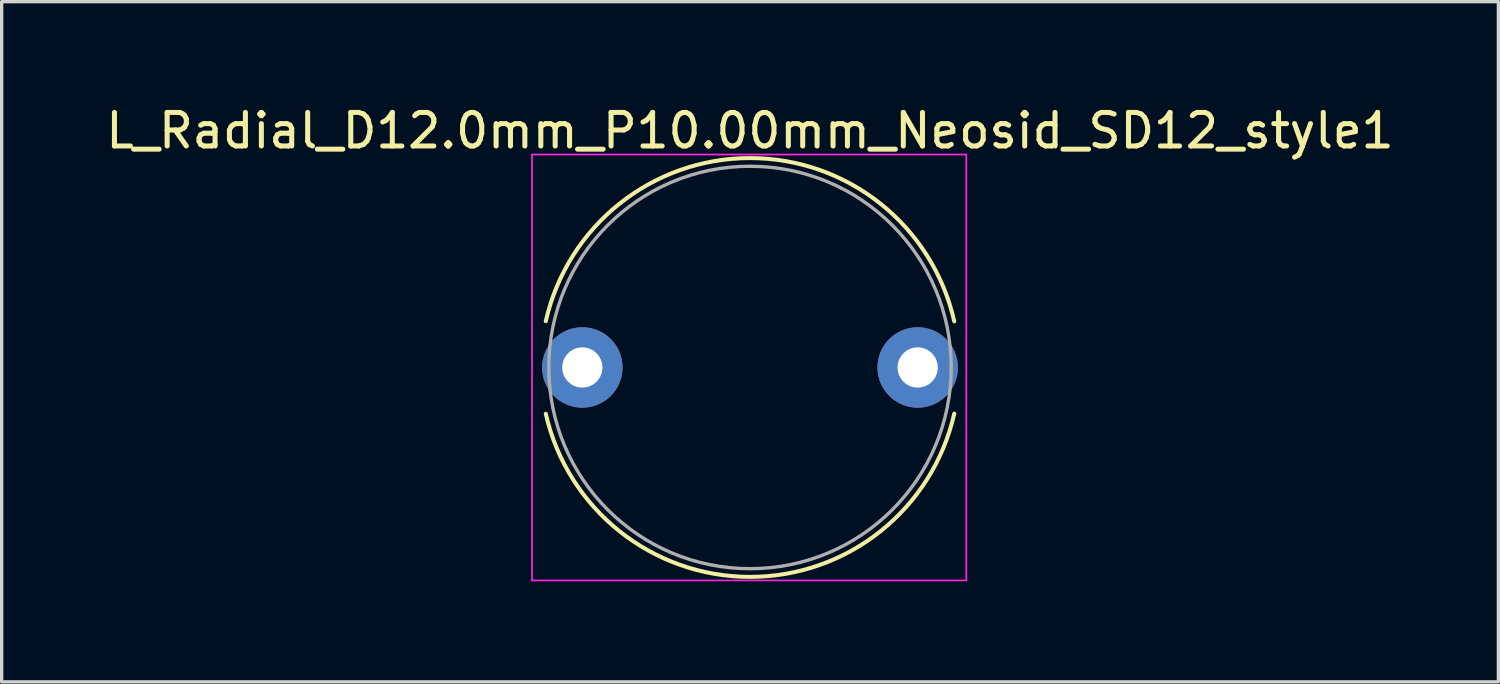
<source format=kicad_pcb>
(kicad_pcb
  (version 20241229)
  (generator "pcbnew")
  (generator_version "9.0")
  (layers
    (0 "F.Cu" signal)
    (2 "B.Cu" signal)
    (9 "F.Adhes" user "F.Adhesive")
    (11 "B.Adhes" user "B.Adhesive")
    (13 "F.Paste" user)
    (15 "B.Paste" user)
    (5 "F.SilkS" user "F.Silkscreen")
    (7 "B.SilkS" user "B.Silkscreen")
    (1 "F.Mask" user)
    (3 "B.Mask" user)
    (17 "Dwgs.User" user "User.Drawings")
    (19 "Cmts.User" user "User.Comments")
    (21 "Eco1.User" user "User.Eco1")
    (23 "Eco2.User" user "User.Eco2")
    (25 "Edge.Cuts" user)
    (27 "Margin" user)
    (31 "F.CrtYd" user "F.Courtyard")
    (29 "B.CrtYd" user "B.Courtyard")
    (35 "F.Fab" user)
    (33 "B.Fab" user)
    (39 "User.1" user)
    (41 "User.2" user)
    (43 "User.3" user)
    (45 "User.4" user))
  (footprint "L_Radial_D12.0mm_P10.00mm_Neosid_SD12_style1"
    (layer "F.Cu")
    (at 14.315 7.908)
    (property "Reference" "L_Radial_D12.0mm_P10.00mm_Neosid_SD12_style1" (at 5 -7.06 0) (layer "F.SilkS") (effects (font (size 1 1) (thickness 0.15))))
    (attr through_hole)
    (fp_arc (start -1.09 -1.38) (mid 5.001925 -6.244397) (end 11.09085 -1.376245) (stroke (width 0.12) (type solid)) (layer "F.SilkS"))
    (fp_arc (start 11.09085 1.376245) (mid 5.001925 6.244398) (end -1.09 1.38) (stroke (width 0.12) (type solid)) (layer "F.SilkS"))
    (fp_line (start -1.5 -6.35) (end -1.5 6.35) (stroke (width 0.05) (type solid)) (layer "F.CrtYd"))
    (fp_line (start -1.5 6.35) (end 11.45 6.35) (stroke (width 0.05) (type solid)) (layer "F.CrtYd"))
    (fp_line (start 11.45 -6.35) (end -1.5 -6.35) (stroke (width 0.05) (type solid)) (layer "F.CrtYd"))
    (fp_line (start 11.45 6.35) (end 11.45 -6.35) (stroke (width 0.05) (type solid)) (layer "F.CrtYd"))
    (fp_circle (center 5 0) (end 11 0) (stroke (width 0.1) (type solid)) (fill no) (layer "F.Fab"))
    (pad "1" thru_hole circle (at 0 0) (size 2.4 2.4) (drill 1.2) (layers "*.Cu" "*.Mask"))
    (pad "2" thru_hole circle (at 10 0) (size 2.4 2.4) (drill 1.2) (layers "*.Cu" "*.Mask")))
  (gr_rect
    (start -3 -3)
    (end 41.631 17.283)
    (stroke (width 0.1) (type default))
    (fill no)
    (layer "Edge.Cuts")))
</source>
